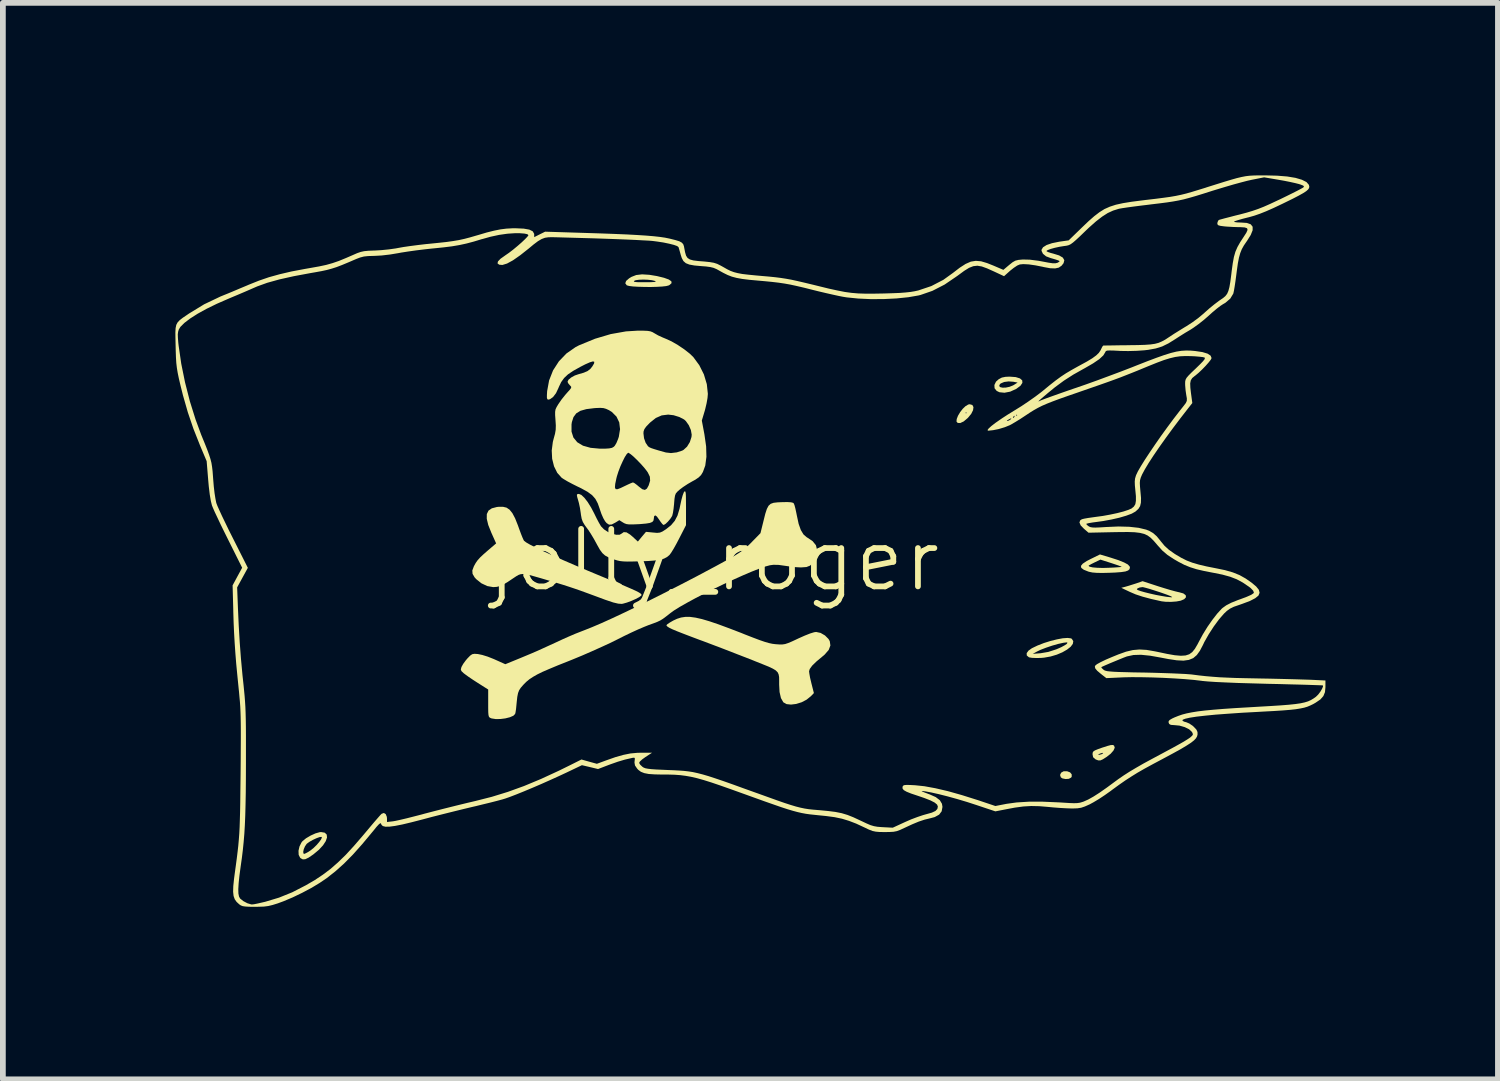
<source format=kicad_pcb>
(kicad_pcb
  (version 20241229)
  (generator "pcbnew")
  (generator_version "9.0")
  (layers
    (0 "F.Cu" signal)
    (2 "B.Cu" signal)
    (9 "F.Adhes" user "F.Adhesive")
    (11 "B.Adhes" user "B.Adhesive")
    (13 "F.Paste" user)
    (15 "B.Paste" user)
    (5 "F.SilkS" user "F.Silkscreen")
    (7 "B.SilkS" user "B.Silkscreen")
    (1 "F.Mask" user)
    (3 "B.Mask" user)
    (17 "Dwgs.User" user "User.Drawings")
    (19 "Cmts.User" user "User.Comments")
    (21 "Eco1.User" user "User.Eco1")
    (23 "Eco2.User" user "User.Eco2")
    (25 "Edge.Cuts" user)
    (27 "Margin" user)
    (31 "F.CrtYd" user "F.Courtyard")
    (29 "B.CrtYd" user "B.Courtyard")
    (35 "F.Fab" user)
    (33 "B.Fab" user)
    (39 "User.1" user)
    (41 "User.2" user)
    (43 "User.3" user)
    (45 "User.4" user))
  (footprint "jolly_roger"
    (layer "F.Cu")
    (at 9.366 7.19)
    (property "Reference" "jolly_roger" (at 0 -0.5 0) (unlocked yes) (layer "F.SilkS") (effects (font (size 1 1) (thickness 0.1))))
    (fp_poly (pts (xy 6.193 3.192) (xy 6.221 3.225) (xy 6.222 3.265) (xy 6.212 3.282) (xy 6.172 3.304) (xy 6.115 3.308) (xy 6.06 3.297) (xy 6.032 3.278) (xy 6.019 3.237) (xy 6.038 3.197) (xy 6.081 3.173) (xy 6.082 3.173) (xy 6.143 3.173)) (stroke (width 0) (type solid)) (fill yes) (layer "F.SilkS"))
    (fp_poly (pts (xy 4.494 -3.197) (xy 4.513 -3.16) (xy 4.506 -3.107) (xy 4.474 -3.043) (xy 4.418 -2.975) (xy 4.416 -2.973) (xy 4.343 -2.911) (xy 4.283 -2.883) (xy 4.239 -2.885) (xy 4.218 -2.909) (xy 4.222 -2.953) (xy 4.244 -3.01) (xy 4.274 -3.06) (xy 4.374 -3.06) (xy 4.384 -3.05) (xy 4.394 -3.06) (xy 4.384 -3.07) (xy 4.374 -3.06) (xy 4.274 -3.06) (xy 4.28 -3.071) (xy 4.325 -3.129) (xy 4.374 -3.176) (xy 4.422 -3.205) (xy 4.448 -3.21)) (stroke (width 0) (type solid)) (fill yes) (layer "F.SilkS"))
    (fp_poly (pts (xy 6.957 2.725) (xy 6.958 2.726) (xy 6.97 2.763) (xy 6.948 2.812) (xy 6.898 2.869) (xy 6.826 2.925) (xy 6.763 2.965) (xy 6.72 2.984) (xy 6.684 2.984) (xy 6.644 2.969) (xy 6.634 2.964) (xy 6.594 2.929) (xy 6.585 2.883) (xy 6.681 2.883) (xy 6.694 2.888) (xy 6.736 2.878) (xy 6.754 2.87) (xy 6.769 2.855) (xy 6.755 2.853) (xy 6.718 2.864) (xy 6.704 2.87) (xy 6.681 2.883) (xy 6.585 2.883) (xy 6.584 2.879) (xy 6.586 2.85) (xy 6.597 2.829) (xy 6.625 2.81) (xy 6.676 2.789) (xy 6.757 2.76) (xy 6.758 2.76) (xy 6.845 2.732) (xy 6.902 2.717) (xy 6.937 2.716)) (stroke (width 0) (type solid)) (fill yes) (layer "F.SilkS"))
    (fp_poly (pts (xy 5.249 -3.682) (xy 5.322 -3.659) (xy 5.361 -3.625) (xy 5.364 -3.582) (xy 5.33 -3.531) (xy 5.257 -3.477) (xy 5.255 -3.476) (xy 5.152 -3.429) (xy 5.052 -3.41) (xy 4.964 -3.419) (xy 4.917 -3.442) (xy 4.88 -3.488) (xy 4.878 -3.527) (xy 4.96 -3.527) (xy 4.979 -3.507) (xy 5.02 -3.498) (xy 5.077 -3.5) (xy 5.14 -3.513) (xy 5.202 -3.538) (xy 5.222 -3.55) (xy 5.281 -3.587) (xy 5.207 -3.601) (xy 5.124 -3.607) (xy 5.047 -3.597) (xy 4.988 -3.572) (xy 4.972 -3.558) (xy 4.96 -3.527) (xy 4.878 -3.527) (xy 4.877 -3.545) (xy 4.905 -3.603) (xy 4.952 -3.645) (xy 5.007 -3.674) (xy 5.072 -3.687) (xy 5.142 -3.69)) (stroke (width 0) (type solid)) (fill yes) (layer "F.SilkS"))
    (fp_poly (pts (xy -1.123 -5.461) (xy -0.991 -5.439) (xy -0.868 -5.409) (xy -0.785 -5.379) (xy -0.741 -5.348) (xy -0.737 -5.316) (xy -0.773 -5.284) (xy -0.788 -5.276) (xy -0.83 -5.265) (xy -0.902 -5.257) (xy -0.994 -5.252) (xy -1.1 -5.249) (xy -1.209 -5.25) (xy -1.314 -5.253) (xy -1.406 -5.258) (xy -1.476 -5.267) (xy -1.515 -5.278) (xy -1.517 -5.279) (xy -1.542 -5.314) (xy -1.531 -5.344) (xy -1.393 -5.344) (xy -1.375 -5.337) (xy -1.329 -5.333) (xy -1.251 -5.332) (xy -1.195 -5.332) (xy -1.1 -5.333) (xy -1.041 -5.336) (xy -1.015 -5.341) (xy -1.016 -5.349) (xy -1.026 -5.354) (xy -1.078 -5.367) (xy -1.149 -5.375) (xy -1.228 -5.378) (xy -1.303 -5.375) (xy -1.361 -5.367) (xy -1.389 -5.355) (xy -1.393 -5.344) (xy -1.531 -5.344) (xy -1.528 -5.354) (xy -1.475 -5.4) (xy -1.434 -5.425) (xy -1.352 -5.457) (xy -1.25 -5.469)) (stroke (width 0) (type solid)) (fill yes) (layer "F.SilkS"))
    (fp_poly (pts (xy 6.897 -0.543) (xy 7.033 -0.499) (xy 7.132 -0.459) (xy 7.197 -0.424) (xy 7.229 -0.39) (xy 7.234 -0.371) (xy 7.227 -0.341) (xy 7.202 -0.319) (xy 7.156 -0.302) (xy 7.082 -0.291) (xy 6.977 -0.283) (xy 6.878 -0.279) (xy 6.75 -0.276) (xy 6.654 -0.278) (xy 6.582 -0.284) (xy 6.525 -0.296) (xy 6.511 -0.3) (xy 6.431 -0.332) (xy 6.388 -0.364) (xy 6.382 -0.399) (xy 6.383 -0.4) (xy 6.514 -0.4) (xy 6.533 -0.385) (xy 6.585 -0.373) (xy 6.664 -0.366) (xy 6.764 -0.363) (xy 6.864 -0.366) (xy 6.953 -0.37) (xy 7.026 -0.375) (xy 7.075 -0.379) (xy 7.091 -0.382) (xy 7.076 -0.39) (xy 7.031 -0.407) (xy 6.963 -0.43) (xy 6.909 -0.448) (xy 6.721 -0.508) (xy 6.617 -0.458) (xy 6.561 -0.43) (xy 6.524 -0.409) (xy 6.514 -0.4) (xy 6.383 -0.4) (xy 6.414 -0.438) (xy 6.484 -0.484) (xy 6.554 -0.52) (xy 6.713 -0.598)) (stroke (width 0) (type solid)) (fill yes) (layer "F.SilkS"))
    (fp_poly (pts (xy -6.768 4.241) (xy -6.734 4.274) (xy -6.729 4.324) (xy -6.751 4.388) (xy -6.798 4.46) (xy -6.87 4.538) (xy -6.965 4.617) (xy -6.969 4.62) (xy -7.048 4.674) (xy -7.106 4.702) (xy -7.15 4.705) (xy -7.186 4.686) (xy -7.197 4.676) (xy -7.222 4.626) (xy -7.224 4.576) (xy -7.143 4.576) (xy -7.137 4.605) (xy -7.127 4.61) (xy -7.099 4.599) (xy -7.05 4.572) (xy -7.014 4.548) (xy -6.962 4.506) (xy -6.91 4.455) (xy -6.865 4.403) (xy -6.832 4.357) (xy -6.818 4.324) (xy -6.824 4.314) (xy -6.857 4.317) (xy -6.912 4.337) (xy -6.975 4.366) (xy -7.035 4.4) (xy -7.079 4.432) (xy -7.084 4.437) (xy -7.113 4.48) (xy -7.134 4.53) (xy -7.143 4.576) (xy -7.224 4.576) (xy -7.225 4.556) (xy -7.208 4.481) (xy -7.174 4.412) (xy -7.155 4.388) (xy -7.094 4.338) (xy -7.014 4.291) (xy -6.93 4.253) (xy -6.856 4.232) (xy -6.832 4.23)) (stroke (width 0) (type solid)) (fill yes) (layer "F.SilkS"))
    (fp_poly (pts (xy 6.207 0.861) (xy 6.223 0.869) (xy 6.249 0.91) (xy 6.241 0.957) (xy 6.204 1.007) (xy 6.141 1.057) (xy 6.059 1.104) (xy 5.962 1.145) (xy 5.854 1.177) (xy 5.741 1.197) (xy 5.684 1.202) (xy 5.602 1.203) (xy 5.53 1.2) (xy 5.482 1.192) (xy 5.477 1.19) (xy 5.44 1.159) (xy 5.439 1.131) (xy 5.544 1.131) (xy 5.682 1.12) (xy 5.815 1.097) (xy 5.951 1.053) (xy 5.966 1.047) (xy 6.039 1.015) (xy 6.098 0.983) (xy 6.134 0.959) (xy 6.137 0.956) (xy 6.148 0.938) (xy 6.137 0.931) (xy 6.095 0.936) (xy 6.073 0.939) (xy 5.987 0.958) (xy 5.882 0.988) (xy 5.775 1.024) (xy 5.679 1.061) (xy 5.617 1.091) (xy 5.544 1.131) (xy 5.439 1.131) (xy 5.438 1.119) (xy 5.47 1.075) (xy 5.529 1.033) (xy 5.627 0.986) (xy 5.737 0.943) (xy 5.852 0.907) (xy 5.964 0.879) (xy 6.065 0.86) (xy 6.149 0.854)) (stroke (width 0) (type solid)) (fill yes) (layer "F.SilkS"))
    (fp_poly (pts (xy 7.729 -0.043) (xy 7.835 -0.01) (xy 7.935 0.02) (xy 8.019 0.043) (xy 8.077 0.057) (xy 8.088 0.059) (xy 8.163 0.08) (xy 8.204 0.111) (xy 8.209 0.146) (xy 8.178 0.18) (xy 8.118 0.206) (xy 8.043 0.22) (xy 7.948 0.227) (xy 7.852 0.225) (xy 7.784 0.217) (xy 7.602 0.176) (xy 7.453 0.136) (xy 7.332 0.096) (xy 7.234 0.054) (xy 7.139 0.009) (xy 7.354 0.009) (xy 7.372 0.022) (xy 7.422 0.04) (xy 7.496 0.061) (xy 7.585 0.083) (xy 7.682 0.105) (xy 7.778 0.123) (xy 7.867 0.138) (xy 7.939 0.146) (xy 7.964 0.147) (xy 7.968 0.142) (xy 7.939 0.126) (xy 7.881 0.103) (xy 7.799 0.074) (xy 7.755 0.059) (xy 7.656 0.027) (xy 7.568 -0.001) (xy 7.499 -0.02) (xy 7.458 -0.03) (xy 7.452 -0.03) (xy 7.403 -0.023) (xy 7.365 -0.007) (xy 7.354 0.009) (xy 7.139 0.009) (xy 7.084 -0.018) (xy 7.154 -0.036) (xy 7.212 -0.053) (xy 7.288 -0.077) (xy 7.339 -0.093) (xy 7.454 -0.133)) (stroke (width 0) (type solid)) (fill yes) (layer "F.SilkS"))
    (fp_poly (pts (xy -0.416 0.488) (xy -0.32 0.501) (xy -0.209 0.526) (xy -0.077 0.565) (xy 0.079 0.618) (xy 0.263 0.686) (xy 0.479 0.769) (xy 0.535 0.792) (xy 0.679 0.848) (xy 0.793 0.891) (xy 0.883 0.922) (xy 0.955 0.943) (xy 1.016 0.956) (xy 1.072 0.963) (xy 1.087 0.964) (xy 1.147 0.968) (xy 1.194 0.967) (xy 1.239 0.96) (xy 1.29 0.943) (xy 1.357 0.915) (xy 1.449 0.872) (xy 1.47 0.862) (xy 1.578 0.814) (xy 1.671 0.777) (xy 1.742 0.755) (xy 1.777 0.75) (xy 1.855 0.767) (xy 1.931 0.811) (xy 1.992 0.872) (xy 2.014 0.91) (xy 2.025 0.985) (xy 1.996 1.062) (xy 1.927 1.142) (xy 1.892 1.172) (xy 1.783 1.263) (xy 1.708 1.336) (xy 1.666 1.394) (xy 1.654 1.433) (xy 1.659 1.475) (xy 1.671 1.543) (xy 1.69 1.623) (xy 1.696 1.648) (xy 1.738 1.813) (xy 1.685 1.868) (xy 1.612 1.927) (xy 1.524 1.973) (xy 1.43 2.002) (xy 1.34 2.013) (xy 1.263 2.005) (xy 1.208 1.974) (xy 1.206 1.972) (xy 1.165 1.9) (xy 1.141 1.795) (xy 1.134 1.667) (xy 1.134 1.593) (xy 1.133 1.534) (xy 1.125 1.489) (xy 1.108 1.452) (xy 1.075 1.419) (xy 1.024 1.388) (xy 0.95 1.353) (xy 0.849 1.312) (xy 0.716 1.259) (xy 0.677 1.243) (xy 0.526 1.184) (xy 0.35 1.116) (xy 0.163 1.043) (xy -0.024 0.972) (xy -0.196 0.907) (xy -0.246 0.889) (xy -0.413 0.826) (xy -0.546 0.775) (xy -0.648 0.735) (xy -0.724 0.703) (xy -0.775 0.678) (xy -0.807 0.658) (xy -0.823 0.642) (xy -0.826 0.632) (xy -0.81 0.615) (xy -0.767 0.586) (xy -0.708 0.552) (xy -0.641 0.521) (xy -0.572 0.499) (xy -0.498 0.488)) (stroke (width 0) (type solid)) (fill yes) (layer "F.SilkS"))
    (fp_poly (pts (xy -3.607 -1.412) (xy -3.554 -1.376) (xy -3.505 -1.315) (xy -3.458 -1.226) (xy -3.409 -1.103) (xy -3.387 -1.041) (xy -3.357 -0.96) (xy -3.33 -0.892) (xy -3.309 -0.846) (xy -3.302 -0.835) (xy -3.267 -0.808) (xy -3.198 -0.768) (xy -3.096 -0.716) (xy -2.964 -0.653) (xy -2.804 -0.579) (xy -2.618 -0.497) (xy -2.41 -0.407) (xy -2.181 -0.31) (xy -1.934 -0.207) (xy -1.846 -0.171) (xy -1.678 -0.102) (xy -1.545 -0.047) (xy -1.441 -0.002) (xy -1.365 0.032) (xy -1.312 0.059) (xy -1.279 0.079) (xy -1.263 0.095) (xy -1.259 0.108) (xy -1.265 0.118) (xy -1.301 0.145) (xy -1.362 0.177) (xy -1.438 0.211) (xy -1.514 0.239) (xy -1.581 0.258) (xy -1.604 0.262) (xy -1.664 0.258) (xy -1.752 0.237) (xy -1.871 0.197) (xy -1.886 0.192) (xy -2.061 0.127) (xy -2.205 0.074) (xy -2.326 0.03) (xy -2.43 -0.006) (xy -2.526 -0.038) (xy -2.619 -0.068) (xy -2.717 -0.098) (xy -2.827 -0.131) (xy -2.856 -0.139) (xy -3.005 -0.183) (xy -3.121 -0.216) (xy -3.209 -0.24) (xy -3.276 -0.254) (xy -3.327 -0.258) (xy -3.367 -0.253) (xy -3.402 -0.24) (xy -3.438 -0.219) (xy -3.48 -0.191) (xy -3.492 -0.183) (xy -3.589 -0.118) (xy -3.663 -0.074) (xy -3.723 -0.048) (xy -3.777 -0.034) (xy -3.835 -0.03) (xy -3.841 -0.03) (xy -3.942 -0.048) (xy -4.044 -0.096) (xy -4.134 -0.168) (xy -4.163 -0.2) (xy -4.198 -0.261) (xy -4.202 -0.32) (xy -4.175 -0.392) (xy -4.173 -0.396) (xy -4.143 -0.45) (xy -4.11 -0.497) (xy -4.066 -0.546) (xy -4.004 -0.604) (xy -3.932 -0.667) (xy -3.788 -0.79) (xy -3.871 -0.975) (xy -3.925 -1.11) (xy -3.951 -1.218) (xy -3.95 -1.3) (xy -3.921 -1.36) (xy -3.863 -1.4) (xy -3.775 -1.423) (xy -3.746 -1.426) (xy -3.67 -1.427)) (stroke (width 0) (type solid)) (fill yes) (layer "F.SilkS"))
    (fp_poly (pts (xy -0.497 -1.69) (xy -0.491 -1.664) (xy -0.488 -1.614) (xy -0.487 -1.534) (xy -0.486 -1.419) (xy -0.486 -1.413) (xy -0.486 -1.107) (xy -0.607 -0.871) (xy -0.656 -0.778) (xy -0.703 -0.694) (xy -0.744 -0.628) (xy -0.773 -0.589) (xy -0.776 -0.586) (xy -0.818 -0.552) (xy -0.869 -0.525) (xy -0.935 -0.506) (xy -1.023 -0.493) (xy -1.139 -0.484) (xy -1.288 -0.478) (xy -1.296 -0.478) (xy -1.419 -0.475) (xy -1.511 -0.474) (xy -1.579 -0.477) (xy -1.634 -0.483) (xy -1.683 -0.494) (xy -1.734 -0.51) (xy -1.751 -0.516) (xy -1.833 -0.547) (xy -1.893 -0.579) (xy -1.94 -0.621) (xy -1.983 -0.679) (xy -2.031 -0.764) (xy -2.046 -0.792) (xy -2.093 -0.877) (xy -2.143 -0.96) (xy -2.187 -1.027) (xy -2.195 -1.037) (xy -2.247 -1.108) (xy -2.28 -1.163) (xy -2.3 -1.217) (xy -2.312 -1.282) (xy -2.317 -1.32) (xy -2.33 -1.405) (xy -2.348 -1.49) (xy -2.359 -1.53) (xy -2.378 -1.596) (xy -2.384 -1.632) (xy -2.376 -1.647) (xy -2.354 -1.65) (xy -2.348 -1.65) (xy -2.306 -1.633) (xy -2.253 -1.583) (xy -2.195 -1.508) (xy -2.135 -1.411) (xy -2.082 -1.31) (xy -2.042 -1.228) (xy -2.003 -1.154) (xy -1.971 -1.099) (xy -1.962 -1.085) (xy -1.912 -1.034) (xy -1.845 -0.99) (xy -1.771 -0.958) (xy -1.699 -0.94) (xy -1.64 -0.941) (xy -1.608 -0.959) (xy -1.569 -0.986) (xy -1.52 -0.982) (xy -1.459 -0.944) (xy -1.414 -0.906) (xy -1.323 -0.822) (xy -1.253 -0.907) (xy -1.182 -0.991) (xy -1.059 -0.979) (xy -0.989 -0.973) (xy -0.94 -0.978) (xy -0.895 -0.997) (xy -0.836 -1.035) (xy -0.836 -1.035) (xy -0.747 -1.105) (xy -0.682 -1.182) (xy -0.634 -1.274) (xy -0.599 -1.391) (xy -0.584 -1.463) (xy -0.565 -1.55) (xy -0.545 -1.623) (xy -0.526 -1.674) (xy -0.517 -1.689) (xy -0.505 -1.697)) (stroke (width 0) (type solid)) (fill yes) (layer "F.SilkS"))
    (fp_poly (pts (xy 1.339 -1.505) (xy 1.376 -1.496) (xy 1.387 -1.487) (xy 1.4 -1.457) (xy 1.416 -1.397) (xy 1.433 -1.318) (xy 1.442 -1.273) (xy 1.473 -1.129) (xy 1.511 -1.022) (xy 1.557 -0.946) (xy 1.612 -0.898) (xy 1.619 -0.894) (xy 1.716 -0.829) (xy 1.773 -0.759) (xy 1.793 -0.681) (xy 1.793 -0.677) (xy 1.781 -0.594) (xy 1.75 -0.509) (xy 1.706 -0.437) (xy 1.671 -0.403) (xy 1.609 -0.379) (xy 1.512 -0.372) (xy 1.383 -0.379) (xy 1.239 -0.4) (xy 1.125 -0.416) (xy 1.035 -0.418) (xy 0.974 -0.41) (xy 0.896 -0.389) (xy 0.788 -0.351) (xy 0.656 -0.299) (xy 0.506 -0.235) (xy 0.343 -0.162) (xy 0.172 -0.083) (xy 0 0) (xy -0.169 0.084) (xy -0.328 0.166) (xy -0.473 0.245) (xy -0.598 0.316) (xy -0.697 0.378) (xy -0.756 0.421) (xy -0.83 0.479) (xy -0.885 0.52) (xy -0.933 0.55) (xy -0.986 0.575) (xy -1.054 0.601) (xy -1.14 0.632) (xy -1.215 0.662) (xy -1.316 0.705) (xy -1.434 0.759) (xy -1.559 0.819) (xy -1.676 0.878) (xy -1.801 0.94) (xy -1.953 1.01) (xy -2.12 1.085) (xy -2.292 1.16) (xy -2.459 1.229) (xy -2.536 1.26) (xy -2.715 1.331) (xy -2.861 1.392) (xy -2.979 1.443) (xy -3.073 1.489) (xy -3.148 1.532) (xy -3.21 1.573) (xy -3.262 1.616) (xy -3.31 1.664) (xy -3.32 1.675) (xy -3.36 1.721) (xy -3.388 1.764) (xy -3.407 1.813) (xy -3.42 1.878) (xy -3.43 1.969) (xy -3.435 2.021) (xy -3.442 2.092) (xy -3.451 2.15) (xy -3.458 2.176) (xy -3.488 2.207) (xy -3.548 2.233) (xy -3.627 2.253) (xy -3.713 2.264) (xy -3.796 2.265) (xy -3.866 2.254) (xy -3.881 2.249) (xy -3.9 2.239) (xy -3.913 2.224) (xy -3.921 2.195) (xy -3.925 2.146) (xy -3.926 2.069) (xy -3.926 1.991) (xy -3.926 1.751) (xy -4.109 1.635) (xy -4.191 1.582) (xy -4.268 1.53) (xy -4.327 1.487) (xy -4.352 1.468) (xy -4.391 1.431) (xy -4.402 1.403) (xy -4.393 1.366) (xy -4.388 1.354) (xy -4.36 1.304) (xy -4.315 1.243) (xy -4.285 1.208) (xy -4.239 1.161) (xy -4.204 1.137) (xy -4.165 1.13) (xy -4.105 1.134) (xy -4.101 1.135) (xy -4.029 1.15) (xy -3.935 1.179) (xy -3.834 1.219) (xy -3.811 1.229) (xy -3.628 1.311) (xy -3.362 1.202) (xy -3.259 1.159) (xy -3.168 1.121) (xy -3.08 1.083) (xy -2.987 1.041) (xy -2.882 0.993) (xy -2.755 0.935) (xy -2.624 0.874) (xy -2.525 0.83) (xy -2.408 0.78) (xy -2.293 0.735) (xy -2.254 0.72) (xy -2.121 0.667) (xy -1.957 0.597) (xy -1.767 0.511) (xy -1.554 0.411) (xy -1.323 0.3) (xy -1.078 0.18) (xy -0.823 0.052) (xy -0.563 -0.081) (xy -0.301 -0.217) (xy -0.042 -0.355) (xy 0.024 -0.39) (xy 0.167 -0.468) (xy 0.281 -0.531) (xy 0.371 -0.583) (xy 0.442 -0.628) (xy 0.5 -0.669) (xy 0.551 -0.711) (xy 0.601 -0.757) (xy 0.655 -0.81) (xy 0.666 -0.822) (xy 0.809 -0.968) (xy 0.864 -1.19) (xy 0.893 -1.306) (xy 0.92 -1.389) (xy 0.949 -1.444) (xy 0.986 -1.478) (xy 1.037 -1.496) (xy 1.107 -1.504) (xy 1.178 -1.507) (xy 1.275 -1.509)) (stroke (width 0) (type solid)) (fill yes) (layer "F.SilkS"))
    (fp_poly (pts (xy -1.223 -4.489) (xy -1.154 -4.486) (xy -1.106 -4.478) (xy -1.069 -4.464) (xy -1.031 -4.442) (xy -1.031 -4.442) (xy -0.97 -4.407) (xy -0.891 -4.371) (xy -0.836 -4.348) (xy -0.739 -4.304) (xy -0.628 -4.24) (xy -0.518 -4.166) (xy -0.421 -4.09) (xy -0.358 -4.029) (xy -0.255 -3.889) (xy -0.175 -3.729) (xy -0.124 -3.559) (xy -0.106 -3.391) (xy -0.106 -3.391) (xy -0.112 -3.319) (xy -0.128 -3.227) (xy -0.151 -3.13) (xy -0.158 -3.103) (xy -0.211 -2.926) (xy -0.166 -2.687) (xy -0.136 -2.477) (xy -0.131 -2.296) (xy -0.151 -2.144) (xy -0.192 -2.032) (xy -0.224 -1.979) (xy -0.265 -1.938) (xy -0.325 -1.897) (xy -0.377 -1.869) (xy -0.458 -1.822) (xy -0.537 -1.77) (xy -0.598 -1.724) (xy -0.598 -1.724) (xy -0.638 -1.688) (xy -0.663 -1.658) (xy -0.677 -1.621) (xy -0.686 -1.567) (xy -0.693 -1.485) (xy -0.693 -1.48) (xy -0.702 -1.395) (xy -0.713 -1.322) (xy -0.725 -1.273) (xy -0.729 -1.264) (xy -0.76 -1.216) (xy -0.801 -1.168) (xy -0.842 -1.129) (xy -0.873 -1.111) (xy -0.875 -1.11) (xy -0.897 -1.126) (xy -0.929 -1.167) (xy -0.952 -1.201) (xy -0.992 -1.257) (xy -1.022 -1.278) (xy -1.041 -1.261) (xy -1.046 -1.22) (xy -1.052 -1.187) (xy -1.072 -1.163) (xy -1.114 -1.146) (xy -1.181 -1.135) (xy -1.282 -1.126) (xy -1.316 -1.124) (xy -1.411 -1.12) (xy -1.475 -1.12) (xy -1.521 -1.126) (xy -1.556 -1.139) (xy -1.581 -1.153) (xy -1.646 -1.194) (xy -1.714 -1.152) (xy -1.778 -1.119) (xy -1.825 -1.116) (xy -1.867 -1.144) (xy -1.893 -1.175) (xy -1.924 -1.228) (xy -1.957 -1.303) (xy -1.985 -1.384) (xy -1.985 -1.386) (xy -2.02 -1.485) (xy -2.062 -1.564) (xy -2.119 -1.629) (xy -2.198 -1.687) (xy -2.305 -1.746) (xy -2.341 -1.764) (xy -1.722 -1.764) (xy -1.71 -1.734) (xy -1.678 -1.732) (xy -1.621 -1.754) (xy -1.567 -1.78) (xy -1.498 -1.813) (xy -1.443 -1.838) (xy -1.41 -1.85) (xy -1.407 -1.85) (xy -1.382 -1.838) (xy -1.339 -1.806) (xy -1.306 -1.778) (xy -1.246 -1.732) (xy -1.201 -1.72) (xy -1.166 -1.743) (xy -1.135 -1.799) (xy -1.11 -1.881) (xy -1.115 -1.951) (xy -1.15 -2.023) (xy -1.167 -2.048) (xy -1.215 -2.109) (xy -1.274 -2.175) (xy -1.337 -2.24) (xy -1.397 -2.298) (xy -1.448 -2.341) (xy -1.483 -2.364) (xy -1.493 -2.366) (xy -1.518 -2.342) (xy -1.551 -2.29) (xy -1.588 -2.216) (xy -1.627 -2.13) (xy -1.661 -2.041) (xy -1.688 -1.956) (xy -1.697 -1.92) (xy -1.717 -1.824) (xy -1.722 -1.764) (xy -2.341 -1.764) (xy -2.365 -1.775) (xy -2.457 -1.821) (xy -2.544 -1.867) (xy -2.613 -1.908) (xy -2.648 -1.931) (xy -2.725 -2.017) (xy -2.781 -2.13) (xy -2.814 -2.262) (xy -2.821 -2.406) (xy -2.802 -2.554) (xy -2.787 -2.613) (xy -2.764 -2.696) (xy -2.752 -2.767) (xy -2.75 -2.842) (xy -2.751 -2.859) (xy -2.477 -2.859) (xy -2.477 -2.734) (xy -2.444 -2.631) (xy -2.377 -2.549) (xy -2.277 -2.489) (xy -2.145 -2.452) (xy -1.981 -2.437) (xy -1.899 -2.437) (xy -1.822 -2.442) (xy -1.773 -2.452) (xy -1.742 -2.47) (xy -1.724 -2.489) (xy -1.697 -2.534) (xy -1.669 -2.601) (xy -1.654 -2.645) (xy -1.645 -2.703) (xy -1.226 -2.703) (xy -1.216 -2.619) (xy -1.188 -2.54) (xy -1.148 -2.481) (xy -1.14 -2.474) (xy -1.12 -2.46) (xy -1.088 -2.446) (xy -1.037 -2.429) (xy -0.961 -2.406) (xy -0.854 -2.376) (xy -0.836 -2.371) (xy -0.747 -2.361) (xy -0.646 -2.373) (xy -0.553 -2.403) (xy -0.529 -2.416) (xy -0.468 -2.472) (xy -0.419 -2.552) (xy -0.391 -2.64) (xy -0.387 -2.68) (xy -0.401 -2.761) (xy -0.438 -2.846) (xy -0.489 -2.918) (xy -0.519 -2.945) (xy -0.602 -2.988) (xy -0.702 -3.019) (xy -0.796 -3.03) (xy -0.909 -3.016) (xy -1.011 -2.971) (xy -1.11 -2.892) (xy -1.121 -2.881) (xy -1.178 -2.822) (xy -1.21 -2.777) (xy -1.224 -2.737) (xy -1.226 -2.703) (xy -1.645 -2.703) (xy -1.633 -2.776) (xy -1.647 -2.894) (xy -1.695 -2.995) (xy -1.776 -3.076) (xy -1.826 -3.107) (xy -1.876 -3.13) (xy -1.922 -3.143) (xy -1.977 -3.147) (xy -2.055 -3.144) (xy -2.082 -3.142) (xy -2.219 -3.125) (xy -2.322 -3.096) (xy -2.395 -3.051) (xy -2.443 -2.986) (xy -2.471 -2.899) (xy -2.477 -2.859) (xy -2.751 -2.859) (xy -2.756 -2.936) (xy -2.762 -3.021) (xy -2.762 -3.078) (xy -2.755 -3.121) (xy -2.737 -3.16) (xy -2.707 -3.21) (xy -2.703 -3.216) (xy -2.65 -3.293) (xy -2.586 -3.373) (xy -2.552 -3.412) (xy -2.506 -3.463) (xy -2.484 -3.494) (xy -2.483 -3.514) (xy -2.499 -3.533) (xy -2.506 -3.54) (xy -2.536 -3.576) (xy -2.546 -3.602) (xy -2.529 -3.637) (xy -2.483 -3.675) (xy -2.42 -3.71) (xy -2.359 -3.731) (xy -2.263 -3.759) (xy -2.197 -3.788) (xy -2.15 -3.824) (xy -2.115 -3.868) (xy -2.085 -3.919) (xy -2.081 -3.948) (xy -2.104 -3.955) (xy -2.156 -3.94) (xy -2.238 -3.904) (xy -2.32 -3.862) (xy -2.444 -3.793) (xy -2.538 -3.73) (xy -2.606 -3.666) (xy -2.657 -3.595) (xy -2.697 -3.511) (xy -2.705 -3.491) (xy -2.747 -3.402) (xy -2.798 -3.335) (xy -2.852 -3.297) (xy -2.882 -3.29) (xy -2.897 -3.297) (xy -2.905 -3.32) (xy -2.905 -3.369) (xy -2.901 -3.438) (xy -2.867 -3.624) (xy -2.798 -3.799) (xy -2.696 -3.957) (xy -2.565 -4.093) (xy -2.409 -4.202) (xy -2.346 -4.235) (xy -2.068 -4.349) (xy -1.795 -4.43) (xy -1.53 -4.477) (xy -1.321 -4.49)) (stroke (width 0) (type solid)) (fill yes) (layer "F.SilkS"))
    (fp_poly (pts (xy 9.793 -7.185) (xy 9.968 -7.171) (xy 10.113 -7.147) (xy 10.225 -7.114) (xy 10.304 -7.074) (xy 10.346 -7.026) (xy 10.354 -6.993) (xy 10.349 -6.969) (xy 10.332 -6.944) (xy 10.299 -6.915) (xy 10.245 -6.88) (xy 10.168 -6.837) (xy 10.064 -6.783) (xy 9.927 -6.716) (xy 9.884 -6.695) (xy 9.73 -6.622) (xy 9.603 -6.566) (xy 9.495 -6.523) (xy 9.397 -6.489) (xy 9.302 -6.462) (xy 9.284 -6.458) (xy 9.194 -6.435) (xy 9.118 -6.413) (xy 9.065 -6.396) (xy 9.045 -6.387) (xy 9.053 -6.379) (xy 9.094 -6.373) (xy 9.157 -6.37) (xy 9.167 -6.37) (xy 9.268 -6.363) (xy 9.335 -6.339) (xy 9.368 -6.297) (xy 9.368 -6.236) (xy 9.335 -6.154) (xy 9.27 -6.05) (xy 9.262 -6.039) (xy 9.215 -5.97) (xy 9.179 -5.905) (xy 9.152 -5.837) (xy 9.13 -5.758) (xy 9.111 -5.659) (xy 9.093 -5.531) (xy 9.084 -5.461) (xy 9.07 -5.356) (xy 9.056 -5.261) (xy 9.043 -5.185) (xy 9.033 -5.139) (xy 9.031 -5.133) (xy 8.979 -5.047) (xy 8.894 -4.974) (xy 8.851 -4.949) (xy 8.807 -4.92) (xy 8.743 -4.871) (xy 8.669 -4.809) (xy 8.605 -4.751) (xy 8.519 -4.676) (xy 8.425 -4.602) (xy 8.337 -4.539) (xy 8.288 -4.507) (xy 8.2 -4.455) (xy 8.107 -4.397) (xy 8.028 -4.346) (xy 8.027 -4.345) (xy 7.905 -4.269) (xy 7.795 -4.215) (xy 7.683 -4.18) (xy 7.552 -4.156) (xy 7.482 -4.148) (xy 7.352 -4.139) (xy 7.206 -4.135) (xy 7.068 -4.137) (xy 7.04 -4.139) (xy 6.943 -4.144) (xy 6.878 -4.145) (xy 6.838 -4.143) (xy 6.817 -4.135) (xy 6.807 -4.121) (xy 6.805 -4.115) (xy 6.771 -4.059) (xy 6.701 -3.994) (xy 6.594 -3.921) (xy 6.449 -3.837) (xy 6.434 -3.829) (xy 6.249 -3.725) (xy 6.087 -3.621) (xy 5.932 -3.507) (xy 5.805 -3.403) (xy 5.726 -3.336) (xy 5.675 -3.292) (xy 5.648 -3.267) (xy 5.643 -3.258) (xy 5.656 -3.263) (xy 5.685 -3.277) (xy 5.72 -3.291) (xy 5.787 -3.316) (xy 5.881 -3.35) (xy 5.996 -3.391) (xy 6.127 -3.437) (xy 6.269 -3.486) (xy 6.285 -3.491) (xy 6.464 -3.553) (xy 6.665 -3.625) (xy 6.875 -3.703) (xy 7.081 -3.78) (xy 7.27 -3.853) (xy 7.348 -3.884) (xy 7.539 -3.959) (xy 7.699 -4.019) (xy 7.832 -4.066) (xy 7.944 -4.101) (xy 8.041 -4.125) (xy 8.127 -4.139) (xy 8.207 -4.144) (xy 8.287 -4.143) (xy 8.367 -4.136) (xy 8.495 -4.117) (xy 8.584 -4.09) (xy 8.637 -4.055) (xy 8.654 -4.013) (xy 8.64 -3.984) (xy 8.603 -3.937) (xy 8.551 -3.878) (xy 8.491 -3.816) (xy 8.429 -3.757) (xy 8.373 -3.71) (xy 8.358 -3.699) (xy 8.317 -3.665) (xy 8.292 -3.625) (xy 8.282 -3.572) (xy 8.285 -3.496) (xy 8.295 -3.409) (xy 8.319 -3.231) (xy 8.244 -3.136) (xy 8.112 -2.966) (xy 7.983 -2.795) (xy 7.86 -2.627) (xy 7.746 -2.467) (xy 7.645 -2.319) (xy 7.559 -2.187) (xy 7.493 -2.077) (xy 7.448 -1.993) (xy 7.444 -1.985) (xy 7.422 -1.933) (xy 7.41 -1.89) (xy 7.406 -1.842) (xy 7.409 -1.779) (xy 7.417 -1.69) (xy 7.427 -1.579) (xy 7.425 -1.498) (xy 7.411 -1.438) (xy 7.382 -1.391) (xy 7.335 -1.348) (xy 7.327 -1.342) (xy 7.265 -1.307) (xy 7.17 -1.272) (xy 7.051 -1.237) (xy 6.915 -1.206) (xy 6.77 -1.179) (xy 6.669 -1.165) (xy 6.586 -1.154) (xy 6.521 -1.143) (xy 6.481 -1.133) (xy 6.474 -1.128) (xy 6.489 -1.109) (xy 6.519 -1.086) (xy 6.544 -1.074) (xy 6.58 -1.067) (xy 6.633 -1.065) (xy 6.711 -1.068) (xy 6.822 -1.075) (xy 6.823 -1.075) (xy 7.035 -1.084) (xy 7.223 -1.079) (xy 7.385 -1.061) (xy 7.515 -1.03) (xy 7.569 -1.009) (xy 7.638 -0.969) (xy 7.7 -0.914) (xy 7.765 -0.835) (xy 7.768 -0.83) (xy 7.836 -0.748) (xy 7.912 -0.679) (xy 8.008 -0.611) (xy 8.03 -0.597) (xy 8.128 -0.539) (xy 8.222 -0.492) (xy 8.321 -0.454) (xy 8.434 -0.421) (xy 8.57 -0.389) (xy 8.722 -0.359) (xy 8.887 -0.325) (xy 9.023 -0.286) (xy 9.14 -0.239) (xy 9.247 -0.179) (xy 9.35 -0.107) (xy 9.429 -0.041) (xy 9.476 0.017) (xy 9.489 0.069) (xy 9.469 0.118) (xy 9.412 0.164) (xy 9.319 0.212) (xy 9.188 0.261) (xy 9.134 0.28) (xy 9.041 0.312) (xy 8.974 0.345) (xy 8.92 0.384) (xy 8.871 0.43) (xy 8.784 0.53) (xy 8.692 0.655) (xy 8.604 0.791) (xy 8.528 0.925) (xy 8.503 0.978) (xy 8.451 1.077) (xy 8.397 1.152) (xy 8.335 1.205) (xy 8.259 1.236) (xy 8.165 1.249) (xy 8.048 1.243) (xy 7.901 1.221) (xy 7.776 1.197) (xy 7.586 1.163) (xy 7.427 1.147) (xy 7.295 1.151) (xy 7.188 1.174) (xy 7.174 1.178) (xy 7.122 1.198) (xy 7.051 1.227) (xy 6.971 1.26) (xy 6.891 1.293) (xy 6.819 1.324) (xy 6.765 1.348) (xy 6.737 1.361) (xy 6.736 1.362) (xy 6.744 1.378) (xy 6.774 1.406) (xy 6.774 1.406) (xy 6.79 1.417) (xy 6.811 1.425) (xy 6.841 1.432) (xy 6.886 1.437) (xy 6.949 1.442) (xy 7.035 1.446) (xy 7.147 1.449) (xy 7.291 1.453) (xy 7.47 1.456) (xy 7.482 1.456) (xy 7.65 1.46) (xy 7.811 1.465) (xy 7.961 1.47) (xy 8.094 1.476) (xy 8.201 1.481) (xy 8.279 1.487) (xy 8.304 1.489) (xy 8.435 1.506) (xy 8.555 1.519) (xy 8.671 1.529) (xy 8.79 1.538) (xy 8.92 1.544) (xy 9.066 1.55) (xy 9.238 1.554) (xy 9.44 1.558) (xy 9.484 1.559) (xy 9.656 1.562) (xy 9.828 1.566) (xy 9.991 1.57) (xy 10.139 1.574) (xy 10.265 1.578) (xy 10.361 1.581) (xy 10.389 1.582) (xy 10.634 1.594) (xy 10.634 1.71) (xy 10.626 1.797) (xy 10.598 1.865) (xy 10.546 1.924) (xy 10.462 1.981) (xy 10.42 2.005) (xy 10.37 2.029) (xy 10.32 2.05) (xy 10.264 2.067) (xy 10.197 2.081) (xy 10.116 2.094) (xy 10.015 2.105) (xy 9.89 2.115) (xy 9.736 2.125) (xy 9.548 2.135) (xy 9.464 2.14) (xy 9.187 2.155) (xy 8.94 2.172) (xy 8.724 2.188) (xy 8.541 2.206) (xy 8.392 2.223) (xy 8.276 2.241) (xy 8.197 2.259) (xy 8.153 2.276) (xy 8.147 2.294) (xy 8.179 2.311) (xy 8.214 2.32) (xy 8.266 2.342) (xy 8.324 2.381) (xy 8.345 2.4) (xy 8.39 2.448) (xy 8.409 2.49) (xy 8.41 2.533) (xy 8.402 2.565) (xy 8.383 2.599) (xy 8.349 2.635) (xy 8.297 2.676) (xy 8.223 2.724) (xy 8.125 2.783) (xy 7.997 2.854) (xy 7.839 2.939) (xy 7.8 2.96) (xy 7.629 3.051) (xy 7.486 3.129) (xy 7.364 3.199) (xy 7.256 3.266) (xy 7.153 3.333) (xy 7.048 3.406) (xy 6.934 3.489) (xy 6.894 3.519) (xy 6.798 3.587) (xy 6.697 3.654) (xy 6.602 3.711) (xy 6.534 3.748) (xy 6.451 3.785) (xy 6.386 3.807) (xy 6.321 3.817) (xy 6.238 3.82) (xy 6.224 3.82) (xy 6.137 3.817) (xy 6.027 3.811) (xy 5.907 3.802) (xy 5.814 3.793) (xy 5.658 3.78) (xy 5.518 3.777) (xy 5.381 3.785) (xy 5.232 3.805) (xy 5.089 3.832) (xy 4.894 3.87) (xy 4.568 3.761) (xy 4.402 3.707) (xy 4.231 3.656) (xy 4.065 3.61) (xy 3.911 3.571) (xy 3.778 3.541) (xy 3.674 3.522) (xy 3.674 3.522) (xy 3.629 3.517) (xy 3.611 3.517) (xy 3.622 3.525) (xy 3.666 3.543) (xy 3.743 3.572) (xy 3.749 3.574) (xy 3.857 3.622) (xy 3.928 3.676) (xy 3.965 3.738) (xy 3.974 3.792) (xy 3.96 3.869) (xy 3.916 3.927) (xy 3.84 3.969) (xy 3.762 3.99) (xy 3.663 4.014) (xy 3.561 4.048) (xy 3.448 4.095) (xy 3.31 4.159) (xy 3.309 4.159) (xy 3.237 4.193) (xy 3.179 4.214) (xy 3.122 4.225) (xy 3.051 4.229) (xy 2.973 4.23) (xy 2.881 4.229) (xy 2.814 4.223) (xy 2.757 4.211) (xy 2.695 4.187) (xy 2.613 4.148) (xy 2.613 4.148) (xy 2.473 4.083) (xy 2.348 4.035) (xy 2.227 3.998) (xy 2.098 3.971) (xy 1.949 3.951) (xy 1.829 3.939) (xy 1.744 3.93) (xy 1.668 3.922) (xy 1.597 3.912) (xy 1.527 3.899) (xy 1.453 3.882) (xy 1.371 3.86) (xy 1.277 3.832) (xy 1.167 3.796) (xy 1.035 3.75) (xy 0.878 3.695) (xy 0.692 3.628) (xy 0.514 3.564) (xy 0.297 3.486) (xy 0.113 3.421) (xy -0.043 3.368) (xy -0.177 3.326) (xy -0.294 3.293) (xy -0.398 3.269) (xy -0.494 3.252) (xy -0.588 3.24) (xy -0.684 3.233) (xy -0.788 3.23) (xy -0.893 3.23) (xy -1.03 3.227) (xy -1.134 3.22) (xy -1.212 3.205) (xy -1.27 3.182) (xy -1.315 3.149) (xy -1.337 3.125) (xy -1.373 3.072) (xy -1.382 3.022) (xy -1.38 2.996) (xy -1.375 2.951) (xy -1.386 2.936) (xy -1.42 2.94) (xy -1.423 2.941) (xy -1.549 2.97) (xy -1.67 3.006) (xy -1.804 3.053) (xy -1.836 3.065) (xy -2.016 3.134) (xy -2.156 3.1) (xy -2.296 3.067) (xy -2.566 3.196) (xy -2.699 3.258) (xy -2.847 3.325) (xy -3.002 3.394) (xy -3.158 3.461) (xy -3.306 3.523) (xy -3.44 3.577) (xy -3.552 3.62) (xy -3.626 3.646) (xy -3.685 3.664) (xy -3.775 3.688) (xy -3.888 3.717) (xy -4.016 3.748) (xy -4.15 3.781) (xy -4.186 3.789) (xy -4.345 3.827) (xy -4.528 3.872) (xy -4.72 3.92) (xy -4.905 3.967) (xy -5.066 4.01) (xy -5.26 4.06) (xy -5.419 4.098) (xy -5.546 4.123) (xy -5.643 4.136) (xy -5.712 4.137) (xy -5.758 4.126) (xy -5.782 4.104) (xy -5.785 4.095) (xy -5.792 4.078) (xy -5.806 4.078) (xy -5.83 4.098) (xy -5.87 4.142) (xy -5.928 4.214) (xy -5.936 4.223) (xy -6.115 4.438) (xy -6.279 4.622) (xy -6.434 4.779) (xy -6.585 4.914) (xy -6.735 5.032) (xy -6.856 5.114) (xy -6.998 5.2) (xy -7.16 5.286) (xy -7.326 5.366) (xy -7.485 5.433) (xy -7.585 5.47) (xy -7.675 5.498) (xy -7.75 5.516) (xy -7.827 5.526) (xy -7.92 5.529) (xy -7.982 5.53) (xy -8.081 5.529) (xy -8.15 5.525) (xy -8.196 5.518) (xy -8.229 5.505) (xy -8.254 5.488) (xy -8.301 5.445) (xy -8.334 5.398) (xy -8.354 5.341) (xy -8.362 5.267) (xy -8.359 5.17) (xy -8.346 5.044) (xy -8.335 4.96) (xy -8.315 4.814) (xy -8.298 4.686) (xy -8.284 4.572) (xy -8.272 4.466) (xy -8.263 4.364) (xy -8.255 4.259) (xy -8.249 4.147) (xy -8.245 4.023) (xy -8.241 3.881) (xy -8.238 3.717) (xy -8.236 3.525) (xy -8.233 3.299) (xy -8.232 3.21) (xy -8.23 2.973) (xy -8.229 2.771) (xy -8.228 2.6) (xy -8.228 2.455) (xy -8.229 2.332) (xy -8.231 2.226) (xy -8.234 2.131) (xy -8.238 2.045) (xy -8.244 1.962) (xy -8.252 1.877) (xy -8.26 1.786) (xy -8.264 1.75) (xy -8.288 1.511) (xy -8.308 1.303) (xy -8.323 1.116) (xy -8.335 0.941) (xy -8.345 0.769) (xy -8.353 0.591) (xy -8.359 0.398) (xy -8.359 0.38) (xy -8.371 -0.06) (xy -8.288 -0.214) (xy -8.205 -0.367) (xy -8.448 -0.854) (xy -8.515 -0.989) (xy -8.578 -1.117) (xy -8.633 -1.234) (xy -8.68 -1.333) (xy -8.713 -1.408) (xy -8.73 -1.45) (xy -8.749 -1.526) (xy -8.768 -1.638) (xy -8.785 -1.779) (xy -8.795 -1.89) (xy -8.822 -2.22) (xy -8.936 -2.49) (xy -9.052 -2.783) (xy -9.149 -3.068) (xy -9.234 -3.365) (xy -9.278 -3.541) (xy -9.306 -3.66) (xy -9.326 -3.757) (xy -9.34 -3.842) (xy -9.35 -3.927) (xy -9.356 -4.023) (xy -9.36 -4.141) (xy -9.362 -4.227) (xy -9.365 -4.36) (xy -9.366 -4.427) (xy -9.324 -4.427) (xy -9.322 -4.364) (xy -9.315 -4.275) (xy -9.309 -4.225) (xy -9.264 -3.915) (xy -9.198 -3.59) (xy -9.114 -3.261) (xy -9.015 -2.945) (xy -8.915 -2.674) (xy -8.857 -2.533) (xy -8.813 -2.422) (xy -8.78 -2.332) (xy -8.756 -2.257) (xy -8.739 -2.19) (xy -8.728 -2.121) (xy -8.719 -2.045) (xy -8.712 -1.953) (xy -8.708 -1.899) (xy -8.698 -1.779) (xy -8.685 -1.666) (xy -8.67 -1.57) (xy -8.656 -1.5) (xy -8.653 -1.489) (xy -8.635 -1.442) (xy -8.601 -1.366) (xy -8.555 -1.266) (xy -8.498 -1.148) (xy -8.435 -1.018) (xy -8.366 -0.881) (xy -8.362 -0.873) (xy -8.106 -0.365) (xy -8.199 -0.195) (xy -8.292 -0.025) (xy -8.278 0.338) (xy -8.264 0.645) (xy -8.247 0.931) (xy -8.226 1.211) (xy -8.199 1.503) (xy -8.181 1.67) (xy -8.171 1.771) (xy -8.162 1.865) (xy -8.155 1.956) (xy -8.149 2.05) (xy -8.145 2.151) (xy -8.142 2.266) (xy -8.14 2.398) (xy -8.139 2.553) (xy -8.139 2.737) (xy -8.139 2.953) (xy -8.139 3.03) (xy -8.14 3.305) (xy -8.142 3.546) (xy -8.146 3.757) (xy -8.151 3.944) (xy -8.158 4.11) (xy -8.167 4.262) (xy -8.179 4.405) (xy -8.193 4.543) (xy -8.21 4.682) (xy -8.229 4.816) (xy -8.252 4.986) (xy -8.266 5.12) (xy -8.272 5.223) (xy -8.27 5.299) (xy -8.259 5.352) (xy -8.24 5.386) (xy -8.24 5.386) (xy -8.184 5.431) (xy -8.114 5.468) (xy -8.048 5.488) (xy -8.034 5.489) (xy -7.997 5.485) (xy -7.932 5.472) (xy -7.85 5.453) (xy -7.802 5.442) (xy -7.563 5.37) (xy -7.333 5.277) (xy -7.098 5.156) (xy -6.943 5.066) (xy -6.802 4.972) (xy -6.669 4.872) (xy -6.539 4.758) (xy -6.405 4.628) (xy -6.264 4.475) (xy -6.108 4.294) (xy -6.054 4.23) (xy -5.976 4.137) (xy -5.905 4.053) (xy -5.845 3.984) (xy -5.802 3.935) (xy -5.779 3.912) (xy -5.74 3.898) (xy -5.708 3.918) (xy -5.689 3.965) (xy -5.686 3.995) (xy -5.686 4.055) (xy -5.581 4.043) (xy -5.531 4.034) (xy -5.45 4.016) (xy -5.344 3.991) (xy -5.222 3.96) (xy -5.09 3.926) (xy -5.036 3.911) (xy -4.871 3.868) (xy -4.683 3.82) (xy -4.487 3.771) (xy -4.299 3.725) (xy -4.146 3.689) (xy -3.863 3.617) (xy -3.584 3.531) (xy -3.302 3.429) (xy -3.009 3.307) (xy -2.697 3.163) (xy -2.52 3.076) (xy -2.304 2.968) (xy -2.17 3.006) (xy -2.036 3.043) (xy -1.876 2.984) (xy -1.714 2.927) (xy -1.576 2.888) (xy -1.453 2.863) (xy -1.334 2.852) (xy -1.258 2.85) (xy -1.076 2.85) (xy -1.191 2.925) (xy -1.248 2.966) (xy -1.288 3.003) (xy -1.301 3.027) (xy -1.301 3.028) (xy -1.283 3.058) (xy -1.245 3.094) (xy -1.242 3.096) (xy -1.22 3.11) (xy -1.19 3.121) (xy -1.148 3.129) (xy -1.088 3.136) (xy -1.003 3.142) (xy -0.888 3.147) (xy -0.802 3.151) (xy -0.698 3.155) (xy -0.606 3.16) (xy -0.523 3.166) (xy -0.444 3.175) (xy -0.367 3.187) (xy -0.285 3.205) (xy -0.195 3.228) (xy -0.093 3.258) (xy 0.026 3.297) (xy 0.165 3.344) (xy 0.329 3.402) (xy 0.522 3.472) (xy 0.748 3.553) (xy 0.754 3.555) (xy 0.943 3.623) (xy 1.099 3.679) (xy 1.228 3.724) (xy 1.336 3.759) (xy 1.426 3.786) (xy 1.505 3.806) (xy 1.577 3.821) (xy 1.647 3.832) (xy 1.722 3.84) (xy 1.805 3.847) (xy 1.83 3.849) (xy 1.987 3.864) (xy 2.113 3.88) (xy 2.222 3.902) (xy 2.322 3.932) (xy 2.425 3.973) (xy 2.543 4.028) (xy 2.554 4.033) (xy 2.649 4.078) (xy 2.721 4.109) (xy 2.781 4.127) (xy 2.843 4.138) (xy 2.918 4.144) (xy 2.937 4.145) (xy 3.11 4.154) (xy 3.327 4.054) (xy 3.43 4.009) (xy 3.539 3.968) (xy 3.637 3.935) (xy 3.694 3.919) (xy 3.79 3.892) (xy 3.852 3.863) (xy 3.885 3.828) (xy 3.894 3.786) (xy 3.88 3.752) (xy 3.838 3.717) (xy 3.764 3.679) (xy 3.656 3.637) (xy 3.539 3.597) (xy 3.428 3.56) (xy 3.351 3.529) (xy 3.303 3.502) (xy 3.281 3.476) (xy 3.279 3.448) (xy 3.282 3.437) (xy 3.292 3.422) (xy 3.314 3.413) (xy 3.355 3.41) (xy 3.423 3.412) (xy 3.499 3.416) (xy 3.66 3.433) (xy 3.852 3.468) (xy 4.07 3.519) (xy 4.308 3.586) (xy 4.562 3.666) (xy 4.585 3.673) (xy 4.894 3.777) (xy 5.089 3.739) (xy 5.263 3.715) (xy 5.474 3.702) (xy 5.721 3.702) (xy 6.003 3.714) (xy 6.068 3.718) (xy 6.18 3.725) (xy 6.261 3.728) (xy 6.32 3.726) (xy 6.367 3.719) (xy 6.41 3.706) (xy 6.428 3.7) (xy 6.509 3.664) (xy 6.6 3.613) (xy 6.708 3.544) (xy 6.836 3.454) (xy 6.939 3.378) (xy 7.03 3.311) (xy 7.123 3.247) (xy 7.224 3.182) (xy 7.338 3.114) (xy 7.47 3.038) (xy 7.627 2.953) (xy 7.812 2.854) (xy 7.86 2.828) (xy 7.974 2.767) (xy 8.079 2.709) (xy 8.169 2.658) (xy 8.237 2.616) (xy 8.277 2.589) (xy 8.279 2.588) (xy 8.318 2.553) (xy 8.33 2.529) (xy 8.319 2.5) (xy 8.309 2.485) (xy 8.262 2.442) (xy 8.187 2.405) (xy 8.097 2.379) (xy 8.004 2.37) (xy 8.002 2.37) (xy 7.946 2.366) (xy 7.918 2.351) (xy 7.907 2.328) (xy 7.907 2.302) (xy 7.926 2.28) (xy 7.971 2.254) (xy 8.01 2.236) (xy 8.075 2.21) (xy 8.144 2.186) (xy 8.221 2.166) (xy 8.311 2.148) (xy 8.417 2.131) (xy 8.542 2.116) (xy 8.69 2.102) (xy 8.864 2.088) (xy 9.069 2.074) (xy 9.309 2.06) (xy 9.476 2.05) (xy 9.684 2.038) (xy 9.855 2.027) (xy 9.995 2.016) (xy 10.109 2.004) (xy 10.2 1.991) (xy 10.273 1.975) (xy 10.332 1.957) (xy 10.382 1.934) (xy 10.427 1.907) (xy 10.468 1.878) (xy 10.507 1.84) (xy 10.545 1.79) (xy 10.575 1.739) (xy 10.592 1.698) (xy 10.59 1.68) (xy 10.569 1.678) (xy 10.513 1.676) (xy 10.424 1.673) (xy 10.307 1.669) (xy 10.165 1.665) (xy 10.003 1.661) (xy 9.825 1.656) (xy 9.634 1.652) (xy 9.634 1.652) (xy 9.353 1.644) (xy 9.108 1.637) (xy 8.898 1.628) (xy 8.725 1.62) (xy 8.59 1.611) (xy 8.493 1.602) (xy 8.474 1.599) (xy 8.345 1.584) (xy 8.185 1.57) (xy 8.005 1.558) (xy 7.813 1.548) (xy 7.619 1.541) (xy 7.433 1.537) (xy 7.264 1.536) (xy 7.121 1.539) (xy 7.104 1.54) (xy 6.824 1.553) (xy 6.73 1.48) (xy 6.665 1.425) (xy 6.631 1.384) (xy 6.624 1.353) (xy 6.631 1.335) (xy 6.66 1.311) (xy 6.723 1.276) (xy 6.814 1.232) (xy 6.929 1.183) (xy 7.032 1.141) (xy 7.166 1.093) (xy 7.285 1.065) (xy 7.399 1.055) (xy 7.523 1.062) (xy 7.668 1.087) (xy 7.717 1.097) (xy 7.882 1.132) (xy 8.015 1.155) (xy 8.119 1.164) (xy 8.201 1.159) (xy 8.266 1.138) (xy 8.318 1.1) (xy 8.364 1.043) (xy 8.409 0.966) (xy 8.434 0.918) (xy 8.502 0.792) (xy 8.582 0.662) (xy 8.668 0.539) (xy 8.752 0.431) (xy 8.828 0.348) (xy 8.846 0.332) (xy 8.909 0.287) (xy 8.996 0.242) (xy 9.113 0.195) (xy 9.156 0.18) (xy 9.267 0.138) (xy 9.342 0.105) (xy 9.382 0.078) (xy 9.39 0.066) (xy 9.377 0.032) (xy 9.332 -0.015) (xy 9.3 -0.039) (xy 9.195 -0.11) (xy 9.091 -0.166) (xy 8.977 -0.21) (xy 8.843 -0.247) (xy 8.679 -0.28) (xy 8.678 -0.28) (xy 8.52 -0.311) (xy 8.391 -0.341) (xy 8.281 -0.376) (xy 8.18 -0.417) (xy 8.078 -0.47) (xy 7.995 -0.518) (xy 7.886 -0.59) (xy 7.798 -0.665) (xy 7.714 -0.758) (xy 7.704 -0.77) (xy 7.647 -0.836) (xy 7.595 -0.888) (xy 7.542 -0.927) (xy 7.481 -0.955) (xy 7.408 -0.973) (xy 7.316 -0.984) (xy 7.199 -0.988) (xy 7.052 -0.987) (xy 6.929 -0.985) (xy 6.514 -0.976) (xy 6.434 -1.045) (xy 6.377 -1.104) (xy 6.356 -1.155) (xy 6.371 -1.193) (xy 6.399 -1.21) (xy 6.438 -1.22) (xy 6.505 -1.232) (xy 6.59 -1.244) (xy 6.64 -1.251) (xy 6.765 -1.268) (xy 6.892 -1.291) (xy 7.014 -1.317) (xy 7.122 -1.345) (xy 7.207 -1.373) (xy 7.262 -1.397) (xy 7.263 -1.398) (xy 7.303 -1.431) (xy 7.328 -1.472) (xy 7.338 -1.53) (xy 7.338 -1.612) (xy 7.329 -1.706) (xy 7.32 -1.8) (xy 7.318 -1.866) (xy 7.323 -1.917) (xy 7.337 -1.965) (xy 7.342 -1.979) (xy 7.372 -2.042) (xy 7.424 -2.132) (xy 7.493 -2.243) (xy 7.578 -2.372) (xy 7.673 -2.512) (xy 7.776 -2.66) (xy 7.884 -2.809) (xy 7.993 -2.956) (xy 8.1 -3.095) (xy 8.169 -3.182) (xy 8.206 -3.231) (xy 8.223 -3.268) (xy 8.224 -3.312) (xy 8.214 -3.369) (xy 8.202 -3.451) (xy 8.195 -3.536) (xy 8.194 -3.567) (xy 8.195 -3.605) (xy 8.202 -3.637) (xy 8.219 -3.669) (xy 8.251 -3.707) (xy 8.303 -3.76) (xy 8.377 -3.83) (xy 8.455 -3.906) (xy 8.506 -3.959) (xy 8.533 -3.994) (xy 8.538 -4.015) (xy 8.532 -4.022) (xy 8.501 -4.03) (xy 8.44 -4.037) (xy 8.358 -4.044) (xy 8.288 -4.047) (xy 8.193 -4.048) (xy 8.106 -4.044) (xy 8.021 -4.032) (xy 7.929 -4.01) (xy 7.825 -3.978) (xy 7.702 -3.932) (xy 7.553 -3.872) (xy 7.473 -3.839) (xy 7.362 -3.793) (xy 7.262 -3.753) (xy 7.166 -3.715) (xy 7.069 -3.677) (xy 6.964 -3.638) (xy 6.845 -3.595) (xy 6.706 -3.546) (xy 6.542 -3.489) (xy 6.346 -3.421) (xy 6.338 -3.418) (xy 6.158 -3.356) (xy 6.011 -3.304) (xy 5.89 -3.259) (xy 5.791 -3.22) (xy 5.708 -3.184) (xy 5.636 -3.148) (xy 5.568 -3.11) (xy 5.5 -3.068) (xy 5.426 -3.019) (xy 5.414 -3.011) (xy 5.329 -2.955) (xy 5.243 -2.902) (xy 5.17 -2.859) (xy 5.143 -2.845) (xy 5.059 -2.811) (xy 4.957 -2.78) (xy 4.855 -2.759) (xy 4.77 -2.75) (xy 4.768 -2.75) (xy 4.757 -2.76) (xy 4.776 -2.787) (xy 4.823 -2.83) (xy 4.894 -2.885) (xy 4.943 -2.919) (xy 5.094 -2.919) (xy 5.108 -2.919) (xy 5.134 -2.93) (xy 5.165 -2.951) (xy 5.174 -2.962) (xy 5.159 -2.962) (xy 5.134 -2.95) (xy 5.102 -2.93) (xy 5.094 -2.919) (xy 4.943 -2.919) (xy 4.986 -2.949) (xy 5.02 -2.972) (xy 5.199 -2.972) (xy 5.201 -2.97) (xy 5.22 -2.984) (xy 5.224 -2.99) (xy 5.229 -3.009) (xy 5.226 -3.01) (xy 5.208 -2.996) (xy 5.204 -2.99) (xy 5.199 -2.972) (xy 5.02 -2.972) (xy 5.094 -3.02) (xy 5.254 -3.02) (xy 5.264 -3.01) (xy 5.274 -3.02) (xy 5.264 -3.03) (xy 5.254 -3.02) (xy 5.094 -3.02) (xy 5.095 -3.021) (xy 5.218 -3.097) (xy 5.233 -3.106) (xy 5.349 -3.178) (xy 5.471 -3.26) (xy 5.586 -3.341) (xy 5.683 -3.414) (xy 5.712 -3.437) (xy 5.837 -3.54) (xy 5.941 -3.622) (xy 6.034 -3.69) (xy 6.123 -3.749) (xy 6.218 -3.805) (xy 6.327 -3.866) (xy 6.36 -3.884) (xy 6.485 -3.952) (xy 6.579 -4.009) (xy 6.646 -4.058) (xy 6.693 -4.103) (xy 6.724 -4.149) (xy 6.735 -4.173) (xy 6.755 -4.213) (xy 6.771 -4.231) (xy 6.771 -4.231) (xy 6.794 -4.231) (xy 6.851 -4.232) (xy 6.936 -4.233) (xy 7.043 -4.235) (xy 7.165 -4.236) (xy 7.214 -4.237) (xy 7.371 -4.239) (xy 7.494 -4.243) (xy 7.592 -4.25) (xy 7.669 -4.261) (xy 7.733 -4.278) (xy 7.791 -4.303) (xy 7.85 -4.335) (xy 7.915 -4.378) (xy 7.929 -4.387) (xy 8 -4.434) (xy 8.09 -4.49) (xy 8.184 -4.548) (xy 8.221 -4.57) (xy 8.318 -4.633) (xy 8.422 -4.709) (xy 8.514 -4.786) (xy 8.537 -4.807) (xy 8.617 -4.878) (xy 8.703 -4.948) (xy 8.781 -5.007) (xy 8.801 -5.021) (xy 8.854 -5.057) (xy 8.894 -5.091) (xy 8.924 -5.13) (xy 8.946 -5.18) (xy 8.964 -5.247) (xy 8.98 -5.339) (xy 8.996 -5.461) (xy 9.003 -5.521) (xy 9.022 -5.66) (xy 9.042 -5.77) (xy 9.068 -5.861) (xy 9.104 -5.944) (xy 9.152 -6.029) (xy 9.209 -6.116) (xy 9.258 -6.192) (xy 9.28 -6.242) (xy 9.271 -6.271) (xy 9.23 -6.285) (xy 9.153 -6.29) (xy 9.122 -6.29) (xy 9.028 -6.293) (xy 8.926 -6.299) (xy 8.877 -6.303) (xy 8.809 -6.312) (xy 8.772 -6.322) (xy 8.756 -6.339) (xy 8.754 -6.362) (xy 8.768 -6.403) (xy 8.789 -6.418) (xy 8.819 -6.426) (xy 8.881 -6.443) (xy 8.967 -6.465) (xy 9.07 -6.492) (xy 9.144 -6.51) (xy 9.264 -6.542) (xy 9.367 -6.573) (xy 9.463 -6.606) (xy 9.562 -6.645) (xy 9.673 -6.694) (xy 9.807 -6.757) (xy 9.844 -6.774) (xy 9.959 -6.83) (xy 10.062 -6.881) (xy 10.149 -6.925) (xy 10.213 -6.959) (xy 10.248 -6.979) (xy 10.251 -6.982) (xy 10.261 -6.998) (xy 10.246 -7.013) (xy 10.2 -7.031) (xy 10.171 -7.04) (xy 10.108 -7.056) (xy 10.018 -7.076) (xy 9.913 -7.097) (xy 9.816 -7.114) (xy 9.568 -7.156) (xy 9.356 -7.114) (xy 9.275 -7.096) (xy 9.164 -7.067) (xy 9.032 -7.031) (xy 8.889 -6.989) (xy 8.743 -6.945) (xy 8.674 -6.924) (xy 8.511 -6.872) (xy 8.378 -6.831) (xy 8.267 -6.799) (xy 8.169 -6.773) (xy 8.077 -6.753) (xy 7.983 -6.736) (xy 7.878 -6.72) (xy 7.754 -6.704) (xy 7.604 -6.686) (xy 7.558 -6.68) (xy 7.425 -6.664) (xy 7.3 -6.648) (xy 7.19 -6.633) (xy 7.103 -6.62) (xy 7.046 -6.61) (xy 7.038 -6.608) (xy 6.942 -6.578) (xy 6.848 -6.535) (xy 6.751 -6.473) (xy 6.644 -6.39) (xy 6.521 -6.281) (xy 6.456 -6.219) (xy 6.365 -6.131) (xy 6.296 -6.067) (xy 6.245 -6.023) (xy 6.205 -5.994) (xy 6.171 -5.977) (xy 6.137 -5.968) (xy 6.097 -5.962) (xy 6.094 -5.962) (xy 6.007 -5.948) (xy 5.925 -5.93) (xy 5.854 -5.91) (xy 5.804 -5.891) (xy 5.783 -5.876) (xy 5.783 -5.872) (xy 5.807 -5.858) (xy 5.857 -5.841) (xy 5.899 -5.83) (xy 6.003 -5.798) (xy 6.067 -5.76) (xy 6.093 -5.715) (xy 6.08 -5.663) (xy 6.045 -5.619) (xy 5.997 -5.586) (xy 5.934 -5.572) (xy 5.848 -5.575) (xy 5.734 -5.596) (xy 5.724 -5.599) (xy 5.593 -5.625) (xy 5.476 -5.642) (xy 5.379 -5.647) (xy 5.319 -5.641) (xy 5.274 -5.622) (xy 5.214 -5.582) (xy 5.152 -5.533) (xy 5.045 -5.437) (xy 4.865 -5.521) (xy 4.749 -5.573) (xy 4.658 -5.606) (xy 4.581 -5.619) (xy 4.51 -5.611) (xy 4.436 -5.582) (xy 4.351 -5.529) (xy 4.245 -5.451) (xy 4.227 -5.438) (xy 4.011 -5.291) (xy 3.799 -5.182) (xy 3.594 -5.111) (xy 3.558 -5.102) (xy 3.38 -5.071) (xy 3.174 -5.05) (xy 2.953 -5.039) (xy 2.728 -5.038) (xy 2.51 -5.048) (xy 2.312 -5.068) (xy 2.238 -5.08) (xy 2.167 -5.094) (xy 2.067 -5.116) (xy 1.948 -5.143) (xy 1.821 -5.173) (xy 1.724 -5.197) (xy 1.566 -5.237) (xy 1.437 -5.267) (xy 1.327 -5.291) (xy 1.226 -5.309) (xy 1.125 -5.324) (xy 1.014 -5.337) (xy 0.883 -5.35) (xy 0.77 -5.36) (xy 0.615 -5.374) (xy 0.493 -5.389) (xy 0.394 -5.407) (xy 0.311 -5.429) (xy 0.237 -5.458) (xy 0.162 -5.495) (xy 0.108 -5.525) (xy 0.047 -5.559) (xy -0.007 -5.582) (xy -0.064 -5.596) (xy -0.138 -5.606) (xy -0.219 -5.612) (xy -0.34 -5.623) (xy -0.428 -5.639) (xy -0.489 -5.663) (xy -0.531 -5.7) (xy -0.559 -5.751) (xy -0.577 -5.806) (xy -0.595 -5.871) (xy -0.61 -5.922) (xy -0.616 -5.942) (xy -0.64 -5.961) (xy -0.696 -5.981) (xy -0.779 -6.002) (xy -0.88 -6.023) (xy -0.992 -6.04) (xy -1.069 -6.05) (xy -1.132 -6.055) (xy -1.23 -6.06) (xy -1.358 -6.067) (xy -1.513 -6.074) (xy -1.688 -6.081) (xy -1.88 -6.088) (xy -2.084 -6.095) (xy -2.295 -6.101) (xy -2.508 -6.107) (xy -2.718 -6.113) (xy -2.806 -6.115) (xy -2.878 -6.114) (xy -2.939 -6.105) (xy -2.997 -6.083) (xy -3.06 -6.046) (xy -3.137 -5.988) (xy -3.22 -5.919) (xy -3.369 -5.801) (xy -3.495 -5.713) (xy -3.598 -5.657) (xy -3.679 -5.632) (xy -3.735 -5.637) (xy -3.764 -5.66) (xy -3.756 -5.694) (xy -3.712 -5.74) (xy -3.63 -5.798) (xy -3.629 -5.799) (xy -3.565 -5.843) (xy -3.492 -5.899) (xy -3.416 -5.962) (xy -3.345 -6.024) (xy -3.286 -6.08) (xy -3.244 -6.124) (xy -3.226 -6.15) (xy -3.226 -6.151) (xy -3.245 -6.167) (xy -3.296 -6.178) (xy -3.373 -6.184) (xy -3.468 -6.184) (xy -3.575 -6.177) (xy -3.605 -6.174) (xy -3.737 -6.155) (xy -3.885 -6.123) (xy -4.028 -6.083) (xy -4.031 -6.083) (xy -4.176 -6.039) (xy -4.304 -6.005) (xy -4.428 -5.978) (xy -4.558 -5.956) (xy -4.704 -5.938) (xy -4.879 -5.92) (xy -4.892 -5.919) (xy -5.03 -5.904) (xy -5.177 -5.886) (xy -5.319 -5.866) (xy -5.441 -5.847) (xy -5.483 -5.839) (xy -5.633 -5.814) (xy -5.779 -5.797) (xy -5.906 -5.79) (xy -5.913 -5.79) (xy -6.013 -5.787) (xy -6.088 -5.779) (xy -6.153 -5.762) (xy -6.216 -5.738) (xy -6.356 -5.678) (xy -6.469 -5.631) (xy -6.563 -5.595) (xy -6.648 -5.568) (xy -6.732 -5.545) (xy -6.825 -5.525) (xy -6.935 -5.505) (xy -7.016 -5.491) (xy -7.306 -5.437) (xy -7.557 -5.381) (xy -7.769 -5.322) (xy -7.941 -5.26) (xy -7.983 -5.242) (xy -8.056 -5.21) (xy -8.155 -5.167) (xy -8.27 -5.118) (xy -8.389 -5.068) (xy -8.448 -5.043) (xy -8.645 -4.957) (xy -8.823 -4.87) (xy -8.979 -4.784) (xy -9.109 -4.701) (xy -9.21 -4.624) (xy -9.279 -4.555) (xy -9.307 -4.509) (xy -9.318 -4.472) (xy -9.324 -4.427) (xy -9.366 -4.427) (xy -9.366 -4.461) (xy -9.362 -4.535) (xy -9.35 -4.591) (xy -9.327 -4.634) (xy -9.29 -4.673) (xy -9.237 -4.714) (xy -9.163 -4.764) (xy -9.128 -4.788) (xy -8.866 -4.948) (xy -8.583 -5.083) (xy -8.522 -5.108) (xy -8.45 -5.137) (xy -8.352 -5.178) (xy -8.241 -5.225) (xy -8.126 -5.273) (xy -8.089 -5.289) (xy -7.914 -5.359) (xy -7.739 -5.419) (xy -7.552 -5.471) (xy -7.347 -5.519) (xy -7.114 -5.563) (xy -7.012 -5.581) (xy -6.866 -5.607) (xy -6.744 -5.633) (xy -6.634 -5.664) (xy -6.523 -5.702) (xy -6.399 -5.753) (xy -6.286 -5.802) (xy -6.206 -5.837) (xy -6.143 -5.859) (xy -6.083 -5.872) (xy -6.011 -5.879) (xy -5.916 -5.883) (xy -5.901 -5.883) (xy -5.783 -5.89) (xy -5.653 -5.903) (xy -5.533 -5.92) (xy -5.491 -5.928) (xy -5.401 -5.944) (xy -5.284 -5.961) (xy -5.153 -5.978) (xy -5.018 -5.994) (xy -4.956 -6) (xy -4.788 -6.017) (xy -4.65 -6.032) (xy -4.536 -6.048) (xy -4.435 -6.065) (xy -4.34 -6.086) (xy -4.241 -6.112) (xy -4.131 -6.144) (xy -4.106 -6.151) (xy -3.951 -6.197) (xy -3.823 -6.229) (xy -3.713 -6.251) (xy -3.61 -6.264) (xy -3.503 -6.27) (xy -3.442 -6.27) (xy -3.308 -6.264) (xy -3.211 -6.247) (xy -3.151 -6.217) (xy -3.127 -6.174) (xy -3.126 -6.164) (xy -3.126 -6.116) (xy -3.031 -6.164) (xy -2.936 -6.211) (xy -2.266 -6.19) (xy -1.981 -6.181) (xy -1.733 -6.172) (xy -1.518 -6.163) (xy -1.335 -6.153) (xy -1.18 -6.143) (xy -1.05 -6.132) (xy -0.941 -6.12) (xy -0.852 -6.107) (xy -0.779 -6.092) (xy -0.77 -6.09) (xy -0.67 -6.065) (xy -0.602 -6.044) (xy -0.56 -6.021) (xy -0.535 -5.994) (xy -0.522 -5.958) (xy -0.518 -5.936) (xy -0.502 -5.853) (xy -0.485 -5.794) (xy -0.459 -5.754) (xy -0.419 -5.728) (xy -0.358 -5.711) (xy -0.269 -5.7) (xy -0.166 -5.692) (xy -0.071 -5.682) (xy -0.002 -5.67) (xy 0.057 -5.651) (xy 0.119 -5.62) (xy 0.164 -5.595) (xy 0.229 -5.558) (xy 0.288 -5.529) (xy 0.348 -5.507) (xy 0.414 -5.49) (xy 0.495 -5.475) (xy 0.598 -5.463) (xy 0.729 -5.45) (xy 0.83 -5.441) (xy 0.957 -5.43) (xy 1.065 -5.419) (xy 1.16 -5.407) (xy 1.251 -5.393) (xy 1.345 -5.376) (xy 1.451 -5.353) (xy 1.575 -5.324) (xy 1.725 -5.288) (xy 1.826 -5.263) (xy 2.001 -5.22) (xy 2.148 -5.188) (xy 2.275 -5.163) (xy 2.391 -5.147) (xy 2.508 -5.137) (xy 2.632 -5.133) (xy 2.776 -5.133) (xy 2.947 -5.136) (xy 2.951 -5.136) (xy 3.109 -5.141) (xy 3.235 -5.146) (xy 3.336 -5.154) (xy 3.419 -5.163) (xy 3.491 -5.175) (xy 3.554 -5.189) (xy 3.78 -5.265) (xy 3.99 -5.374) (xy 4.154 -5.492) (xy 4.275 -5.585) (xy 4.376 -5.65) (xy 4.467 -5.69) (xy 4.554 -5.704) (xy 4.646 -5.696) (xy 4.75 -5.665) (xy 4.858 -5.622) (xy 5.033 -5.547) (xy 5.135 -5.633) (xy 5.194 -5.68) (xy 5.242 -5.707) (xy 5.295 -5.72) (xy 5.371 -5.727) (xy 5.371 -5.727) (xy 5.494 -5.724) (xy 5.643 -5.705) (xy 5.719 -5.691) (xy 5.819 -5.672) (xy 5.888 -5.662) (xy 5.935 -5.661) (xy 5.967 -5.668) (xy 5.978 -5.672) (xy 6.009 -5.691) (xy 6.006 -5.703) (xy 5.983 -5.713) (xy 5.939 -5.728) (xy 5.877 -5.746) (xy 5.858 -5.751) (xy 5.776 -5.782) (xy 5.721 -5.827) (xy 5.697 -5.878) (xy 5.697 -5.897) (xy 5.723 -5.94) (xy 5.785 -5.979) (xy 5.879 -6.011) (xy 6.002 -6.036) (xy 6.014 -6.038) (xy 6.169 -6.06) (xy 6.402 -6.286) (xy 6.515 -6.394) (xy 6.613 -6.48) (xy 6.703 -6.549) (xy 6.791 -6.604) (xy 6.885 -6.646) (xy 6.99 -6.68) (xy 7.113 -6.707) (xy 7.261 -6.731) (xy 7.44 -6.754) (xy 7.504 -6.762) (xy 7.675 -6.782) (xy 7.815 -6.8) (xy 7.931 -6.816) (xy 8.03 -6.833) (xy 8.121 -6.852) (xy 8.211 -6.874) (xy 8.309 -6.902) (xy 8.421 -6.936) (xy 8.557 -6.978) (xy 8.564 -6.981) (xy 8.739 -7.036) (xy 8.883 -7.081) (xy 9 -7.116) (xy 9.095 -7.143) (xy 9.176 -7.162) (xy 9.248 -7.176) (xy 9.316 -7.184) (xy 9.386 -7.188) (xy 9.464 -7.19) (xy 9.556 -7.19) (xy 9.591 -7.19)) (stroke (width 0) (type solid)) (fill yes) (layer "F.SilkS")))
  (gr_rect
    (start -3 -3)
    (end 23 15.72)
    (stroke (width 0.1) (type default))
    (fill no)
    (layer "Edge.Cuts")))
</source>
